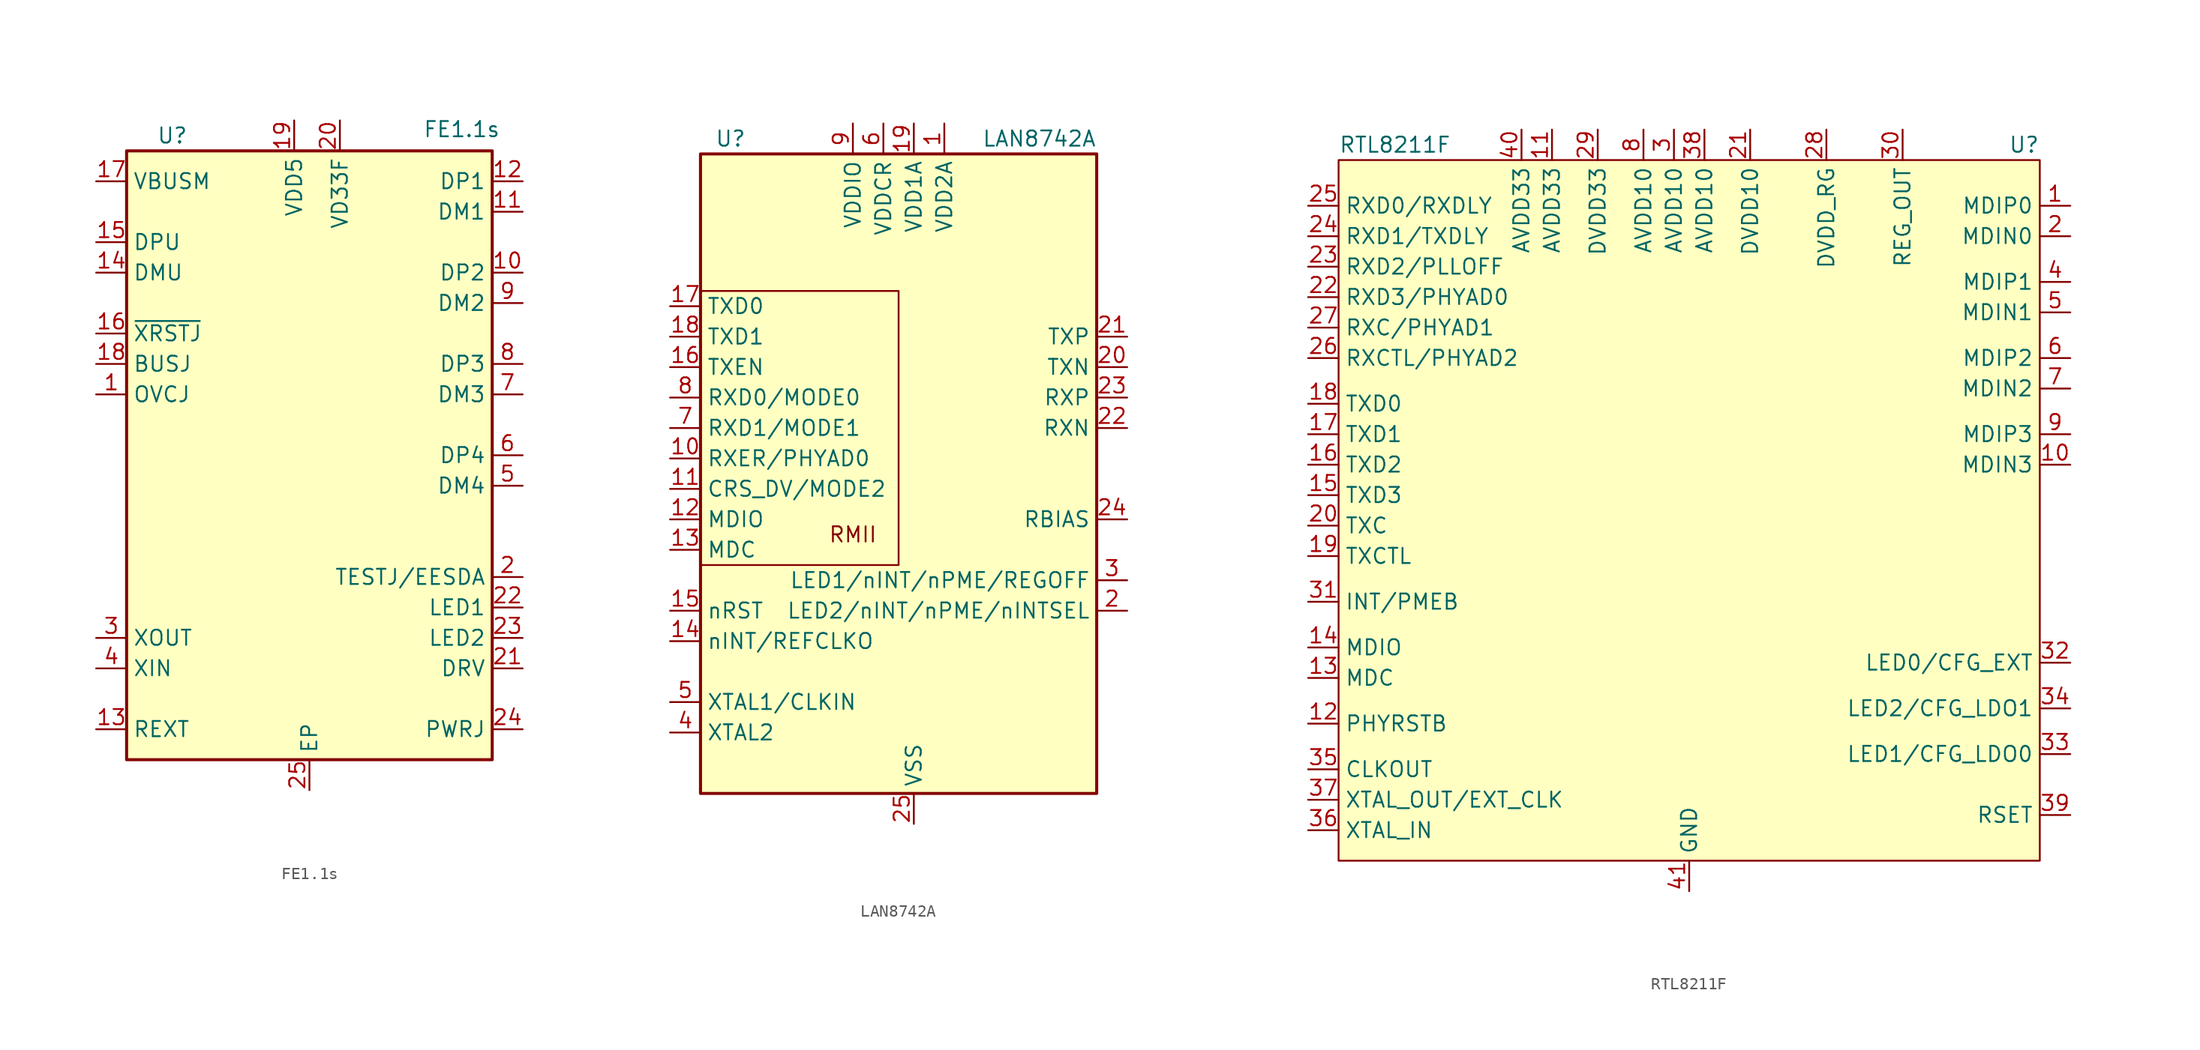
<source format=kicad_sym>
(kicad_symbol_lib
  (version 20231120)
  (generator "kicad_symbol_editor")
  (generator_version "8.0")
  (symbol "FE1.1s"
    (property "Reference" "U"
      (at -11.43 26.67 0)
      (effects (font (size 1.27 1.27))))
    (property "Value" "FE1.1s"
      (at 12.7 27.94 0)
      (effects (font (size 1.27 1.27)) (justify top)))
    (symbol "FE1.1s_0_1"
      (rectangle (start -15.24 25.4) (end 15.24 -25.4) (stroke (width 0.254) (type default)) (fill (type background))))
    (symbol "FE1.1s_1_1"
      (pin input line (at -17.78 5.08 0) (length 2.54) (name "OVCJ" (effects (font (size 1.27 1.27)))) (number "1" (effects (font (size 1.27 1.27)))))
      (pin bidirectional line (at 17.78 15.24 180) (length 2.54) (name "DP2" (effects (font (size 1.27 1.27)))) (number "10" (effects (font (size 1.27 1.27)))))
      (pin bidirectional line (at 17.78 20.32 180) (length 2.54) (name "DM1" (effects (font (size 1.27 1.27)))) (number "11" (effects (font (size 1.27 1.27)))))
      (pin bidirectional line (at 17.78 22.86 180) (length 2.54) (name "DP1" (effects (font (size 1.27 1.27)))) (number "12" (effects (font (size 1.27 1.27)))))
      (pin passive line (at -17.78 -22.86 0) (length 2.54) (name "REXT" (effects (font (size 1.27 1.27)))) (number "13" (effects (font (size 1.27 1.27)))))
      (pin bidirectional line (at -17.78 15.24 0) (length 2.54) (name "DMU" (effects (font (size 1.27 1.27)))) (number "14" (effects (font (size 1.27 1.27)))))
      (pin bidirectional line (at -17.78 17.78 0) (length 2.54) (name "DPU" (effects (font (size 1.27 1.27)))) (number "15" (effects (font (size 1.27 1.27)))))
      (pin input line (at -17.78 10.16 0) (length 2.54) (name "~{XRSTJ}" (effects (font (size 1.27 1.27)))) (number "16" (effects (font (size 1.27 1.27)))))
      (pin input line (at -17.78 22.86 0) (length 2.54) (name "VBUSM" (effects (font (size 1.27 1.27)))) (number "17" (effects (font (size 1.27 1.27)))))
      (pin input line (at -17.78 7.62 0) (length 2.54) (name "BUSJ" (effects (font (size 1.27 1.27)))) (number "18" (effects (font (size 1.27 1.27)))))
      (pin power_in line (at -1.27 27.94 270) (length 2.54) (name "VDD5" (effects (font (size 1.27 1.27)))) (number "19" (effects (font (size 1.27 1.27)))))
      (pin bidirectional line (at 17.78 -10.16 180) (length 2.54) (name "TESTJ/EESDA" (effects (font (size 1.27 1.27)))) (number "2" (effects (font (size 1.27 1.27)))))
      (pin power_in line (at 2.54 27.94 270) (length 2.54) (name "VD33F" (effects (font (size 1.27 1.27)))) (number "20" (effects (font (size 1.27 1.27)))))
      (pin bidirectional line (at 17.78 -17.78 180) (length 2.54) (name "DRV" (effects (font (size 1.27 1.27)))) (number "21" (effects (font (size 1.27 1.27)))))
      (pin bidirectional line (at 17.78 -12.7 180) (length 2.54) (name "LED1" (effects (font (size 1.27 1.27)))) (number "22" (effects (font (size 1.27 1.27)))))
      (pin bidirectional line (at 17.78 -15.24 180) (length 2.54) (name "LED2" (effects (font (size 1.27 1.27)))) (number "23" (effects (font (size 1.27 1.27)))))
      (pin output line (at 17.78 -22.86 180) (length 2.54) (name "PWRJ" (effects (font (size 1.27 1.27)))) (number "24" (effects (font (size 1.27 1.27)))))
      (pin power_in line (at 0 -27.94 90) (length 2.54) (name "EP" (effects (font (size 1.27 1.27)))) (number "25" (effects (font (size 1.27 1.27)))))
      (pin output line (at -17.78 -15.24 0) (length 2.54) (name "XOUT" (effects (font (size 1.27 1.27)))) (number "3" (effects (font (size 1.27 1.27)))))
      (pin input line (at -17.78 -17.78 0) (length 2.54) (name "XIN" (effects (font (size 1.27 1.27)))) (number "4" (effects (font (size 1.27 1.27)))))
      (pin bidirectional line (at 17.78 -2.54 180) (length 2.54) (name "DM4" (effects (font (size 1.27 1.27)))) (number "5" (effects (font (size 1.27 1.27)))))
      (pin bidirectional line (at 17.78 0 180) (length 2.54) (name "DP4" (effects (font (size 1.27 1.27)))) (number "6" (effects (font (size 1.27 1.27)))))
      (pin bidirectional line (at 17.78 5.08 180) (length 2.54) (name "DM3" (effects (font (size 1.27 1.27)))) (number "7" (effects (font (size 1.27 1.27)))))
      (pin bidirectional line (at 17.78 7.62 180) (length 2.54) (name "DP3" (effects (font (size 1.27 1.27)))) (number "8" (effects (font (size 1.27 1.27)))))
      (pin bidirectional line (at 17.78 12.7 180) (length 2.54) (name "DM2" (effects (font (size 1.27 1.27)))) (number "9" (effects (font (size 1.27 1.27)))))))
  (symbol "LAN8742A"
    (property "Reference" "U"
      (at -13.97 29.21 0)
      (effects (font (size 1.27 1.27)) (justify right)))
    (property "Value" "LAN8742A"
      (at 15.24 29.21 0)
      (effects (font (size 1.27 1.27)) (justify right)))
    (symbol "LAN8742A_0_0"
      (text "RMII" (at -5.08 -3.81 0) (effects (font (size 1.27 1.27)))))
    (symbol "LAN8742A_0_1"
      (rectangle (start -17.78 27.94) (end 15.24 -25.4) (stroke (width 0.254) (type default)) (fill (type background)))
      (polyline (pts (xy -17.78 -6.35) (xy -1.27 -6.35) (xy -1.27 16.51) (xy -17.78 16.51)) (stroke (width 0) (type default)) (fill (type none))))
    (symbol "LAN8742A_1_1"
      (pin power_in line (at 2.54 30.48 270) (length 2.54) (name "VDD2A" (effects (font (size 1.27 1.27)))) (number "1" (effects (font (size 1.27 1.27)))))
      (pin output line (at -20.32 2.54 0) (length 2.54) (name "RXER/PHYAD0" (effects (font (size 1.27 1.27)))) (number "10" (effects (font (size 1.27 1.27)))))
      (pin output line (at -20.32 0 0) (length 2.54) (name "CRS_DV/MODE2" (effects (font (size 1.27 1.27)))) (number "11" (effects (font (size 1.27 1.27)))))
      (pin bidirectional line (at -20.32 -2.54 0) (length 2.54) (name "MDIO" (effects (font (size 1.27 1.27)))) (number "12" (effects (font (size 1.27 1.27)))))
      (pin input line (at -20.32 -5.08 0) (length 2.54) (name "MDC" (effects (font (size 1.27 1.27)))) (number "13" (effects (font (size 1.27 1.27)))))
      (pin output line (at -20.32 -12.7 0) (length 2.54) (name "nINT/REFCLKO" (effects (font (size 1.27 1.27)))) (number "14" (effects (font (size 1.27 1.27)))))
      (pin input line (at -20.32 -10.16 0) (length 2.54) (name "nRST" (effects (font (size 1.27 1.27)))) (number "15" (effects (font (size 1.27 1.27)))))
      (pin input line (at -20.32 10.16 0) (length 2.54) (name "TXEN" (effects (font (size 1.27 1.27)))) (number "16" (effects (font (size 1.27 1.27)))))
      (pin input line (at -20.32 15.24 0) (length 2.54) (name "TXD0" (effects (font (size 1.27 1.27)))) (number "17" (effects (font (size 1.27 1.27)))))
      (pin input line (at -20.32 12.7 0) (length 2.54) (name "TXD1" (effects (font (size 1.27 1.27)))) (number "18" (effects (font (size 1.27 1.27)))))
      (pin power_in line (at 0 30.48 270) (length 2.54) (name "VDD1A" (effects (font (size 1.27 1.27)))) (number "19" (effects (font (size 1.27 1.27)))))
      (pin bidirectional line (at 17.78 -10.16 180) (length 2.54) (name "LED2/nINT/nPME/nINTSEL" (effects (font (size 1.27 1.27)))) (number "2" (effects (font (size 1.27 1.27)))))
      (pin output line (at 17.78 10.16 180) (length 2.54) (name "TXN" (effects (font (size 1.27 1.27)))) (number "20" (effects (font (size 1.27 1.27)))))
      (pin output line (at 17.78 12.7 180) (length 2.54) (name "TXP" (effects (font (size 1.27 1.27)))) (number "21" (effects (font (size 1.27 1.27)))))
      (pin output line (at 17.78 5.08 180) (length 2.54) (name "RXN" (effects (font (size 1.27 1.27)))) (number "22" (effects (font (size 1.27 1.27)))))
      (pin output line (at 17.78 7.62 180) (length 2.54) (name "RXP" (effects (font (size 1.27 1.27)))) (number "23" (effects (font (size 1.27 1.27)))))
      (pin input line (at 17.78 -2.54 180) (length 2.54) (name "RBIAS" (effects (font (size 1.27 1.27)))) (number "24" (effects (font (size 1.27 1.27)))))
      (pin power_in line (at 0 -27.94 90) (length 2.54) (name "VSS" (effects (font (size 1.27 1.27)))) (number "25" (effects (font (size 1.27 1.27)))))
      (pin bidirectional line (at 17.78 -7.62 180) (length 2.54) (name "LED1/nINT/nPME/REGOFF" (effects (font (size 1.27 1.27)))) (number "3" (effects (font (size 1.27 1.27)))))
      (pin passive line (at -20.32 -20.32 0) (length 2.54) (name "XTAL2" (effects (font (size 1.27 1.27)))) (number "4" (effects (font (size 1.27 1.27)))))
      (pin passive line (at -20.32 -17.78 0) (length 2.54) (name "XTAL1/CLKIN" (effects (font (size 1.27 1.27)))) (number "5" (effects (font (size 1.27 1.27)))))
      (pin power_in line (at -2.54 30.48 270) (length 2.54) (name "VDDCR" (effects (font (size 1.27 1.27)))) (number "6" (effects (font (size 1.27 1.27)))))
      (pin output line (at -20.32 5.08 0) (length 2.54) (name "RXD1/MODE1" (effects (font (size 1.27 1.27)))) (number "7" (effects (font (size 1.27 1.27)))))
      (pin output line (at -20.32 7.62 0) (length 2.54) (name "RXD0/MODE0" (effects (font (size 1.27 1.27)))) (number "8" (effects (font (size 1.27 1.27)))))
      (pin power_in line (at -5.08 30.48 270) (length 2.54) (name "VDDIO" (effects (font (size 1.27 1.27)))) (number "9" (effects (font (size 1.27 1.27)))))))
  (symbol "RTL8211F"
    (property "Reference" "U"
      (at 29.21 30.48 0)
      (effects (font (size 1.27 1.27)) (justify right)))
    (property "Value" "RTL8211F"
      (at -29.21 30.48 0)
      (effects (font (size 1.27 1.27)) (justify left)))
    (symbol "RTL8211F_1_1"
      (rectangle (start -29.21 29.21) (end 29.21 -29.21) (stroke (width 0) (type default)) (fill (type background)))
      (pin passive line (at 31.75 25.4 180) (length 2.54) (name "MDIP0" (effects (font (size 1.27 1.27)))) (number "1" (effects (font (size 1.27 1.27)))))
      (pin passive line (at 31.75 3.81 180) (length 2.54) (name "MDIN3" (effects (font (size 1.27 1.27)))) (number "10" (effects (font (size 1.27 1.27)))))
      (pin power_in line (at -11.43 31.75 270) (length 2.54) (name "AVDD33" (effects (font (size 1.27 1.27)))) (number "11" (effects (font (size 1.27 1.27)))))
      (pin input line (at -31.75 -17.78 0) (length 2.54) (name "PHYRSTB" (effects (font (size 1.27 1.27)))) (number "12" (effects (font (size 1.27 1.27)))))
      (pin input line (at -31.75 -13.97 0) (length 2.54) (name "MDC" (effects (font (size 1.27 1.27)))) (number "13" (effects (font (size 1.27 1.27)))))
      (pin bidirectional line (at -31.75 -11.43 0) (length 2.54) (name "MDIO" (effects (font (size 1.27 1.27)))) (number "14" (effects (font (size 1.27 1.27)))))
      (pin input line (at -31.75 1.27 0) (length 2.54) (name "TXD3" (effects (font (size 1.27 1.27)))) (number "15" (effects (font (size 1.27 1.27)))))
      (pin input line (at -31.75 3.81 0) (length 2.54) (name "TXD2" (effects (font (size 1.27 1.27)))) (number "16" (effects (font (size 1.27 1.27)))))
      (pin input line (at -31.75 6.35 0) (length 2.54) (name "TXD1" (effects (font (size 1.27 1.27)))) (number "17" (effects (font (size 1.27 1.27)))))
      (pin input line (at -31.75 8.89 0) (length 2.54) (name "TXD0" (effects (font (size 1.27 1.27)))) (number "18" (effects (font (size 1.27 1.27)))))
      (pin input line (at -31.75 -3.81 0) (length 2.54) (name "TXCTL" (effects (font (size 1.27 1.27)))) (number "19" (effects (font (size 1.27 1.27)))))
      (pin passive line (at 31.75 22.86 180) (length 2.54) (name "MDIN0" (effects (font (size 1.27 1.27)))) (number "2" (effects (font (size 1.27 1.27)))))
      (pin input line (at -31.75 -1.27 0) (length 2.54) (name "TXC" (effects (font (size 1.27 1.27)))) (number "20" (effects (font (size 1.27 1.27)))))
      (pin power_in line (at 5.08 31.75 270) (length 2.54) (name "DVDD10" (effects (font (size 1.27 1.27)))) (number "21" (effects (font (size 1.27 1.27)))))
      (pin bidirectional line (at -31.75 17.78 0) (length 2.54) (name "RXD3/PHYAD0" (effects (font (size 1.27 1.27)))) (number "22" (effects (font (size 1.27 1.27)))))
      (pin bidirectional line (at -31.75 20.32 0) (length 2.54) (name "RXD2/PLLOFF" (effects (font (size 1.27 1.27)))) (number "23" (effects (font (size 1.27 1.27)))))
      (pin bidirectional line (at -31.75 22.86 0) (length 2.54) (name "RXD1/TXDLY" (effects (font (size 1.27 1.27)))) (number "24" (effects (font (size 1.27 1.27)))))
      (pin bidirectional line (at -31.75 25.4 0) (length 2.54) (name "RXD0/RXDLY" (effects (font (size 1.27 1.27)))) (number "25" (effects (font (size 1.27 1.27)))))
      (pin bidirectional line (at -31.75 12.7 0) (length 2.54) (name "RXCTL/PHYAD2" (effects (font (size 1.27 1.27)))) (number "26" (effects (font (size 1.27 1.27)))))
      (pin bidirectional line (at -31.75 15.24 0) (length 2.54) (name "RXC/PHYAD1" (effects (font (size 1.27 1.27)))) (number "27" (effects (font (size 1.27 1.27)))))
      (pin power_in line (at 11.43 31.75 270) (length 2.54) (name "DVDD_RG" (effects (font (size 1.27 1.27)))) (number "28" (effects (font (size 1.27 1.27)))))
      (pin power_in line (at -7.62 31.75 270) (length 2.54) (name "DVDD33" (effects (font (size 1.27 1.27)))) (number "29" (effects (font (size 1.27 1.27)))))
      (pin power_in line (at -1.27 31.75 270) (length 2.54) (name "AVDD10" (effects (font (size 1.27 1.27)))) (number "3" (effects (font (size 1.27 1.27)))))
      (pin power_in line (at 17.78 31.75 270) (length 2.54) (name "REG_OUT" (effects (font (size 1.27 1.27)))) (number "30" (effects (font (size 1.27 1.27)))))
      (pin output line (at -31.75 -7.62 0) (length 2.54) (name "INT/PMEB" (effects (font (size 1.27 1.27)))) (number "31" (effects (font (size 1.27 1.27)))))
      (pin input line (at 31.75 -12.7 180) (length 2.54) (name "LED0/CFG_EXT" (effects (font (size 1.27 1.27)))) (number "32" (effects (font (size 1.27 1.27)))))
      (pin input line (at 31.75 -20.32 180) (length 2.54) (name "LED1/CFG_LDO0" (effects (font (size 1.27 1.27)))) (number "33" (effects (font (size 1.27 1.27)))))
      (pin input line (at 31.75 -16.51 180) (length 2.54) (name "LED2/CFG_LDO1" (effects (font (size 1.27 1.27)))) (number "34" (effects (font (size 1.27 1.27)))))
      (pin output line (at -31.75 -21.59 0) (length 2.54) (name "CLKOUT" (effects (font (size 1.27 1.27)))) (number "35" (effects (font (size 1.27 1.27)))))
      (pin input line (at -31.75 -26.67 0) (length 2.54) (name "XTAL_IN" (effects (font (size 1.27 1.27)))) (number "36" (effects (font (size 1.27 1.27)))))
      (pin output line (at -31.75 -24.13 0) (length 2.54) (name "XTAL_OUT/EXT_CLK" (effects (font (size 1.27 1.27)))) (number "37" (effects (font (size 1.27 1.27)))))
      (pin power_in line (at 1.27 31.75 270) (length 2.54) (name "AVDD10" (effects (font (size 1.27 1.27)))) (number "38" (effects (font (size 1.27 1.27)))))
      (pin passive line (at 31.75 -25.4 180) (length 2.54) (name "RSET" (effects (font (size 1.27 1.27)))) (number "39" (effects (font (size 1.27 1.27)))))
      (pin passive line (at 31.75 19.05 180) (length 2.54) (name "MDIP1" (effects (font (size 1.27 1.27)))) (number "4" (effects (font (size 1.27 1.27)))))
      (pin power_in line (at -13.97 31.75 270) (length 2.54) (name "AVDD33" (effects (font (size 1.27 1.27)))) (number "40" (effects (font (size 1.27 1.27)))))
      (pin power_in line (at 0 -31.75 90) (length 2.54) (name "GND" (effects (font (size 1.27 1.27)))) (number "41" (effects (font (size 1.27 1.27)))))
      (pin passive line (at 31.75 16.51 180) (length 2.54) (name "MDIN1" (effects (font (size 1.27 1.27)))) (number "5" (effects (font (size 1.27 1.27)))))
      (pin passive line (at 31.75 12.7 180) (length 2.54) (name "MDIP2" (effects (font (size 1.27 1.27)))) (number "6" (effects (font (size 1.27 1.27)))))
      (pin passive line (at 31.75 10.16 180) (length 2.54) (name "MDIN2" (effects (font (size 1.27 1.27)))) (number "7" (effects (font (size 1.27 1.27)))))
      (pin power_in line (at -3.81 31.75 270) (length 2.54) (name "AVDD10" (effects (font (size 1.27 1.27)))) (number "8" (effects (font (size 1.27 1.27)))))
      (pin passive line (at 31.75 6.35 180) (length 2.54) (name "MDIP3" (effects (font (size 1.27 1.27)))) (number "9" (effects (font (size 1.27 1.27))))))))
</source>
